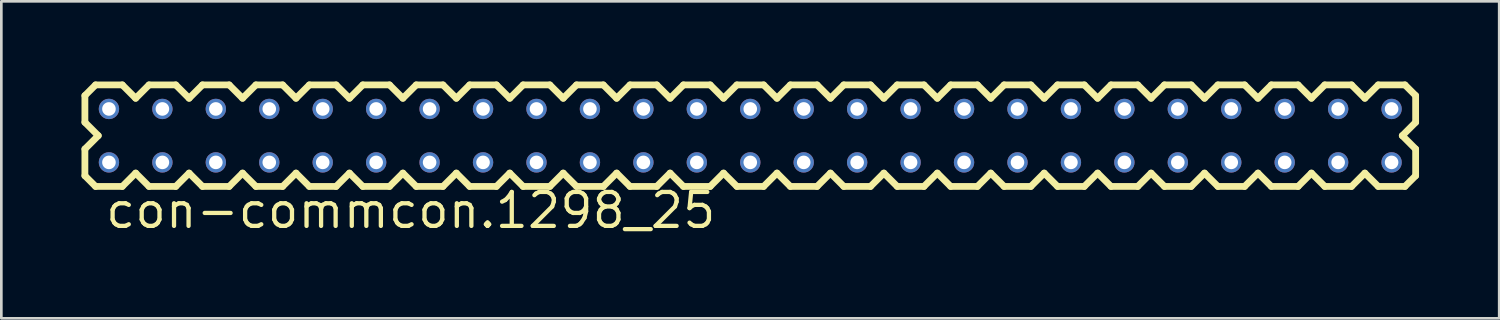
<source format=kicad_pcb>
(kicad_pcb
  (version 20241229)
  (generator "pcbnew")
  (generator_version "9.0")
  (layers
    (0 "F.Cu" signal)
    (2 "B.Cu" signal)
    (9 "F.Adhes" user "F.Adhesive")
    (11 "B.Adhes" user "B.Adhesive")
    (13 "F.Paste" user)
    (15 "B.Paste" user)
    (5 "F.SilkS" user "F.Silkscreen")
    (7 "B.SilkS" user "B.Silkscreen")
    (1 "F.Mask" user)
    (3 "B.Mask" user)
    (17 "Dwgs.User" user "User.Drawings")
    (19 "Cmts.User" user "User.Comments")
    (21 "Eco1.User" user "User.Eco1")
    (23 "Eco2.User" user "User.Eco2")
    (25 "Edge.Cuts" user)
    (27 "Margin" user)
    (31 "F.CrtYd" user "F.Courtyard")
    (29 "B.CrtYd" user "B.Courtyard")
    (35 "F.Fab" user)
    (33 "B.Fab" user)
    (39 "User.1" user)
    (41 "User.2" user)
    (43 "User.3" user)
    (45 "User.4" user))
  (footprint "con-commcon.1298_25"
    (layer "F.Cu")
    (at 25.027 2.027)
    (property "Reference" "con-commcon.1298_25" (at -24.21 3.54 0) (layer "F.SilkS") (effects (font (size 1.27 1.27) (thickness 0.16)) (justify left bottom)))
    (attr through_hole)
    (fp_line (start -24.9 -1.5) (end -24.9 -0.5) (stroke (width 0.254) (type default)) (layer "F.SilkS"))
    (fp_line (start -24.9 -0.5) (end -24.4 0) (stroke (width 0.254) (type default)) (layer "F.SilkS"))
    (fp_line (start -24.9 0.5) (end -24.9 1.5) (stroke (width 0.254) (type default)) (layer "F.SilkS"))
    (fp_line (start -24.9 1.5) (end -24.5 1.9) (stroke (width 0.254) (type default)) (layer "F.SilkS"))
    (fp_line (start -24.5 -1.9) (end -24.9 -1.5) (stroke (width 0.254) (type default)) (layer "F.SilkS"))
    (fp_line (start -24.5 1.9) (end -23.5 1.9) (stroke (width 0.254) (type default)) (layer "F.SilkS"))
    (fp_line (start -24.4 0) (end -24.9 0.5) (stroke (width 0.254) (type default)) (layer "F.SilkS"))
    (fp_line (start -23.5 -1.9) (end -24.5 -1.9) (stroke (width 0.254) (type default)) (layer "F.SilkS"))
    (fp_line (start -23.5 1.9) (end -23 1.4) (stroke (width 0.254) (type default)) (layer "F.SilkS"))
    (fp_line (start -23 -1.4) (end -23.5 -1.9) (stroke (width 0.254) (type default)) (layer "F.SilkS"))
    (fp_line (start -23 1.4) (end -22.5 1.9) (stroke (width 0.254) (type default)) (layer "F.SilkS"))
    (fp_line (start -22.5 -1.9) (end -23 -1.4) (stroke (width 0.254) (type default)) (layer "F.SilkS"))
    (fp_line (start -22.5 1.9) (end -21.5 1.9) (stroke (width 0.254) (type default)) (layer "F.SilkS"))
    (fp_line (start -21.5 -1.9) (end -22.5 -1.9) (stroke (width 0.254) (type default)) (layer "F.SilkS"))
    (fp_line (start -21.5 1.9) (end -21 1.4) (stroke (width 0.254) (type default)) (layer "F.SilkS"))
    (fp_line (start -21 -1.4) (end -21.5 -1.9) (stroke (width 0.254) (type default)) (layer "F.SilkS"))
    (fp_line (start -21 1.4) (end -20.5 1.9) (stroke (width 0.254) (type default)) (layer "F.SilkS"))
    (fp_line (start -20.5 -1.9) (end -21 -1.4) (stroke (width 0.254) (type default)) (layer "F.SilkS"))
    (fp_line (start -20.5 1.9) (end -19.5 1.9) (stroke (width 0.254) (type default)) (layer "F.SilkS"))
    (fp_line (start -19.5 -1.9) (end -20.5 -1.9) (stroke (width 0.254) (type default)) (layer "F.SilkS"))
    (fp_line (start -19.5 1.9) (end -19 1.4) (stroke (width 0.254) (type default)) (layer "F.SilkS"))
    (fp_line (start -19 -1.4) (end -19.5 -1.9) (stroke (width 0.254) (type default)) (layer "F.SilkS"))
    (fp_line (start -19 1.4) (end -18.5 1.9) (stroke (width 0.254) (type default)) (layer "F.SilkS"))
    (fp_line (start -18.5 -1.9) (end -19 -1.4) (stroke (width 0.254) (type default)) (layer "F.SilkS"))
    (fp_line (start -18.5 1.9) (end -17.5 1.9) (stroke (width 0.254) (type default)) (layer "F.SilkS"))
    (fp_line (start -17.5 -1.9) (end -18.5 -1.9) (stroke (width 0.254) (type default)) (layer "F.SilkS"))
    (fp_line (start -17.5 1.9) (end -17 1.4) (stroke (width 0.254) (type default)) (layer "F.SilkS"))
    (fp_line (start -17 -1.4) (end -17.5 -1.9) (stroke (width 0.254) (type default)) (layer "F.SilkS"))
    (fp_line (start -17 1.4) (end -16.5 1.9) (stroke (width 0.254) (type default)) (layer "F.SilkS"))
    (fp_line (start -16.5 -1.9) (end -17 -1.4) (stroke (width 0.254) (type default)) (layer "F.SilkS"))
    (fp_line (start -16.5 1.9) (end -15.5 1.9) (stroke (width 0.254) (type default)) (layer "F.SilkS"))
    (fp_line (start -15.5 -1.9) (end -16.5 -1.9) (stroke (width 0.254) (type default)) (layer "F.SilkS"))
    (fp_line (start -15.5 1.9) (end -15 1.4) (stroke (width 0.254) (type default)) (layer "F.SilkS"))
    (fp_line (start -15 -1.4) (end -15.5 -1.9) (stroke (width 0.254) (type default)) (layer "F.SilkS"))
    (fp_line (start -15 1.4) (end -14.5 1.9) (stroke (width 0.254) (type default)) (layer "F.SilkS"))
    (fp_line (start -14.5 -1.9) (end -15 -1.4) (stroke (width 0.254) (type default)) (layer "F.SilkS"))
    (fp_line (start -14.5 1.9) (end -13.5 1.9) (stroke (width 0.254) (type default)) (layer "F.SilkS"))
    (fp_line (start -13.5 -1.9) (end -14.5 -1.9) (stroke (width 0.254) (type default)) (layer "F.SilkS"))
    (fp_line (start -13.5 1.9) (end -13 1.4) (stroke (width 0.254) (type default)) (layer "F.SilkS"))
    (fp_line (start -13 -1.4) (end -13.5 -1.9) (stroke (width 0.254) (type default)) (layer "F.SilkS"))
    (fp_line (start -13 1.4) (end -12.5 1.9) (stroke (width 0.254) (type default)) (layer "F.SilkS"))
    (fp_line (start -12.5 -1.9) (end -13 -1.4) (stroke (width 0.254) (type default)) (layer "F.SilkS"))
    (fp_line (start -12.5 1.9) (end -11.5 1.9) (stroke (width 0.254) (type default)) (layer "F.SilkS"))
    (fp_line (start -11.5 -1.9) (end -12.5 -1.9) (stroke (width 0.254) (type default)) (layer "F.SilkS"))
    (fp_line (start -11.5 1.9) (end -11 1.4) (stroke (width 0.254) (type default)) (layer "F.SilkS"))
    (fp_line (start -11 -1.4) (end -11.5 -1.9) (stroke (width 0.254) (type default)) (layer "F.SilkS"))
    (fp_line (start -11 1.4) (end -10.5 1.9) (stroke (width 0.254) (type default)) (layer "F.SilkS"))
    (fp_line (start -10.5 -1.9) (end -11 -1.4) (stroke (width 0.254) (type default)) (layer "F.SilkS"))
    (fp_line (start -10.5 1.9) (end -9.5 1.9) (stroke (width 0.254) (type default)) (layer "F.SilkS"))
    (fp_line (start -9.5 -1.9) (end -10.5 -1.9) (stroke (width 0.254) (type default)) (layer "F.SilkS"))
    (fp_line (start -9.5 1.9) (end -9 1.4) (stroke (width 0.254) (type default)) (layer "F.SilkS"))
    (fp_line (start -9 -1.4) (end -9.5 -1.9) (stroke (width 0.254) (type default)) (layer "F.SilkS"))
    (fp_line (start -9 1.4) (end -8.5 1.9) (stroke (width 0.254) (type default)) (layer "F.SilkS"))
    (fp_line (start -8.5 -1.9) (end -9 -1.4) (stroke (width 0.254) (type default)) (layer "F.SilkS"))
    (fp_line (start -8.5 1.9) (end -7.5 1.9) (stroke (width 0.254) (type default)) (layer "F.SilkS"))
    (fp_line (start -7.5 -1.9) (end -8.5 -1.9) (stroke (width 0.254) (type default)) (layer "F.SilkS"))
    (fp_line (start -7.5 1.9) (end -7 1.4) (stroke (width 0.254) (type default)) (layer "F.SilkS"))
    (fp_line (start -7 -1.4) (end -7.5 -1.9) (stroke (width 0.254) (type default)) (layer "F.SilkS"))
    (fp_line (start -7 1.4) (end -6.5 1.9) (stroke (width 0.254) (type default)) (layer "F.SilkS"))
    (fp_line (start -6.5 -1.9) (end -7 -1.4) (stroke (width 0.254) (type default)) (layer "F.SilkS"))
    (fp_line (start -6.5 1.9) (end -5.5 1.9) (stroke (width 0.254) (type default)) (layer "F.SilkS"))
    (fp_line (start -5.5 -1.9) (end -6.5 -1.9) (stroke (width 0.254) (type default)) (layer "F.SilkS"))
    (fp_line (start -5.5 1.9) (end -5 1.4) (stroke (width 0.254) (type default)) (layer "F.SilkS"))
    (fp_line (start -5 -1.4) (end -5.5 -1.9) (stroke (width 0.254) (type default)) (layer "F.SilkS"))
    (fp_line (start -5 1.4) (end -4.5 1.9) (stroke (width 0.254) (type default)) (layer "F.SilkS"))
    (fp_line (start -4.5 -1.9) (end -5 -1.4) (stroke (width 0.254) (type default)) (layer "F.SilkS"))
    (fp_line (start -4.5 1.9) (end -3.5 1.9) (stroke (width 0.254) (type default)) (layer "F.SilkS"))
    (fp_line (start -3.5 -1.9) (end -4.5 -1.9) (stroke (width 0.254) (type default)) (layer "F.SilkS"))
    (fp_line (start -3.5 1.9) (end -3 1.4) (stroke (width 0.254) (type default)) (layer "F.SilkS"))
    (fp_line (start -3 -1.4) (end -3.5 -1.9) (stroke (width 0.254) (type default)) (layer "F.SilkS"))
    (fp_line (start -3 1.4) (end -2.5 1.9) (stroke (width 0.254) (type default)) (layer "F.SilkS"))
    (fp_line (start -2.5 -1.9) (end -3 -1.4) (stroke (width 0.254) (type default)) (layer "F.SilkS"))
    (fp_line (start -2.5 1.9) (end -1.5 1.9) (stroke (width 0.254) (type default)) (layer "F.SilkS"))
    (fp_line (start -1.5 -1.9) (end -2.5 -1.9) (stroke (width 0.254) (type default)) (layer "F.SilkS"))
    (fp_line (start -1.5 1.9) (end -1 1.4) (stroke (width 0.254) (type default)) (layer "F.SilkS"))
    (fp_line (start -1 -1.4) (end -1.5 -1.9) (stroke (width 0.254) (type default)) (layer "F.SilkS"))
    (fp_line (start -1 1.4) (end -0.5 1.9) (stroke (width 0.254) (type default)) (layer "F.SilkS"))
    (fp_line (start -0.5 -1.9) (end -1 -1.4) (stroke (width 0.254) (type default)) (layer "F.SilkS"))
    (fp_line (start -0.5 1.9) (end 0.5 1.9) (stroke (width 0.254) (type default)) (layer "F.SilkS"))
    (fp_line (start 0.5 -1.9) (end -0.5 -1.9) (stroke (width 0.254) (type default)) (layer "F.SilkS"))
    (fp_line (start 0.5 1.9) (end 1 1.4) (stroke (width 0.254) (type default)) (layer "F.SilkS"))
    (fp_line (start 1 -1.4) (end 0.5 -1.9) (stroke (width 0.254) (type default)) (layer "F.SilkS"))
    (fp_line (start 1 1.4) (end 1.5 1.9) (stroke (width 0.254) (type default)) (layer "F.SilkS"))
    (fp_line (start 1.5 -1.9) (end 1 -1.4) (stroke (width 0.254) (type default)) (layer "F.SilkS"))
    (fp_line (start 1.5 1.9) (end 2.5 1.9) (stroke (width 0.254) (type default)) (layer "F.SilkS"))
    (fp_line (start 2.5 -1.9) (end 1.5 -1.9) (stroke (width 0.254) (type default)) (layer "F.SilkS"))
    (fp_line (start 2.5 1.9) (end 3 1.4) (stroke (width 0.254) (type default)) (layer "F.SilkS"))
    (fp_line (start 3 -1.4) (end 2.5 -1.9) (stroke (width 0.254) (type default)) (layer "F.SilkS"))
    (fp_line (start 3 1.4) (end 3.5 1.9) (stroke (width 0.254) (type default)) (layer "F.SilkS"))
    (fp_line (start 3.5 -1.9) (end 3 -1.4) (stroke (width 0.254) (type default)) (layer "F.SilkS"))
    (fp_line (start 3.5 1.9) (end 4.5 1.9) (stroke (width 0.254) (type default)) (layer "F.SilkS"))
    (fp_line (start 4.5 -1.9) (end 3.5 -1.9) (stroke (width 0.254) (type default)) (layer "F.SilkS"))
    (fp_line (start 4.5 1.9) (end 5 1.4) (stroke (width 0.254) (type default)) (layer "F.SilkS"))
    (fp_line (start 5 -1.4) (end 4.5 -1.9) (stroke (width 0.254) (type default)) (layer "F.SilkS"))
    (fp_line (start 5 1.4) (end 5.5 1.9) (stroke (width 0.254) (type default)) (layer "F.SilkS"))
    (fp_line (start 5.5 -1.9) (end 5 -1.4) (stroke (width 0.254) (type default)) (layer "F.SilkS"))
    (fp_line (start 5.5 1.9) (end 6.5 1.9) (stroke (width 0.254) (type default)) (layer "F.SilkS"))
    (fp_line (start 6.5 -1.9) (end 5.5 -1.9) (stroke (width 0.254) (type default)) (layer "F.SilkS"))
    (fp_line (start 6.5 1.9) (end 7 1.4) (stroke (width 0.254) (type default)) (layer "F.SilkS"))
    (fp_line (start 7 -1.4) (end 6.5 -1.9) (stroke (width 0.254) (type default)) (layer "F.SilkS"))
    (fp_line (start 7 1.4) (end 7.5 1.9) (stroke (width 0.254) (type default)) (layer "F.SilkS"))
    (fp_line (start 7.5 -1.9) (end 7 -1.4) (stroke (width 0.254) (type default)) (layer "F.SilkS"))
    (fp_line (start 7.5 1.9) (end 8.5 1.9) (stroke (width 0.254) (type default)) (layer "F.SilkS"))
    (fp_line (start 8.5 -1.9) (end 7.5 -1.9) (stroke (width 0.254) (type default)) (layer "F.SilkS"))
    (fp_line (start 8.5 1.9) (end 9 1.4) (stroke (width 0.254) (type default)) (layer "F.SilkS"))
    (fp_line (start 9 -1.4) (end 8.5 -1.9) (stroke (width 0.254) (type default)) (layer "F.SilkS"))
    (fp_line (start 9 1.4) (end 9.5 1.9) (stroke (width 0.254) (type default)) (layer "F.SilkS"))
    (fp_line (start 9.5 -1.9) (end 9 -1.4) (stroke (width 0.254) (type default)) (layer "F.SilkS"))
    (fp_line (start 9.5 1.9) (end 10.5 1.9) (stroke (width 0.254) (type default)) (layer "F.SilkS"))
    (fp_line (start 10.5 -1.9) (end 9.5 -1.9) (stroke (width 0.254) (type default)) (layer "F.SilkS"))
    (fp_line (start 10.5 1.9) (end 11 1.4) (stroke (width 0.254) (type default)) (layer "F.SilkS"))
    (fp_line (start 11 -1.4) (end 10.5 -1.9) (stroke (width 0.254) (type default)) (layer "F.SilkS"))
    (fp_line (start 11 1.4) (end 11.5 1.9) (stroke (width 0.254) (type default)) (layer "F.SilkS"))
    (fp_line (start 11.5 -1.9) (end 11 -1.4) (stroke (width 0.254) (type default)) (layer "F.SilkS"))
    (fp_line (start 11.5 1.9) (end 12.5 1.9) (stroke (width 0.254) (type default)) (layer "F.SilkS"))
    (fp_line (start 12.5 -1.9) (end 11.5 -1.9) (stroke (width 0.254) (type default)) (layer "F.SilkS"))
    (fp_line (start 12.5 1.9) (end 13 1.4) (stroke (width 0.254) (type default)) (layer "F.SilkS"))
    (fp_line (start 13 -1.4) (end 12.5 -1.9) (stroke (width 0.254) (type default)) (layer "F.SilkS"))
    (fp_line (start 13 1.4) (end 13.5 1.9) (stroke (width 0.254) (type default)) (layer "F.SilkS"))
    (fp_line (start 13.5 -1.9) (end 13 -1.4) (stroke (width 0.254) (type default)) (layer "F.SilkS"))
    (fp_line (start 13.5 1.9) (end 14.5 1.9) (stroke (width 0.254) (type default)) (layer "F.SilkS"))
    (fp_line (start 14.5 -1.9) (end 13.5 -1.9) (stroke (width 0.254) (type default)) (layer "F.SilkS"))
    (fp_line (start 14.5 1.9) (end 15 1.4) (stroke (width 0.254) (type default)) (layer "F.SilkS"))
    (fp_line (start 15 -1.4) (end 14.5 -1.9) (stroke (width 0.254) (type default)) (layer "F.SilkS"))
    (fp_line (start 15 1.4) (end 15.5 1.9) (stroke (width 0.254) (type default)) (layer "F.SilkS"))
    (fp_line (start 15.5 -1.9) (end 15 -1.4) (stroke (width 0.254) (type default)) (layer "F.SilkS"))
    (fp_line (start 15.5 1.9) (end 16.5 1.9) (stroke (width 0.254) (type default)) (layer "F.SilkS"))
    (fp_line (start 16.5 -1.9) (end 15.5 -1.9) (stroke (width 0.254) (type default)) (layer "F.SilkS"))
    (fp_line (start 16.5 1.9) (end 17 1.4) (stroke (width 0.254) (type default)) (layer "F.SilkS"))
    (fp_line (start 17 -1.4) (end 16.5 -1.9) (stroke (width 0.254) (type default)) (layer "F.SilkS"))
    (fp_line (start 17 1.4) (end 17.5 1.9) (stroke (width 0.254) (type default)) (layer "F.SilkS"))
    (fp_line (start 17.5 -1.9) (end 17 -1.4) (stroke (width 0.254) (type default)) (layer "F.SilkS"))
    (fp_line (start 17.5 1.9) (end 18.5 1.9) (stroke (width 0.254) (type default)) (layer "F.SilkS"))
    (fp_line (start 18.5 -1.9) (end 17.5 -1.9) (stroke (width 0.254) (type default)) (layer "F.SilkS"))
    (fp_line (start 18.5 1.9) (end 19 1.4) (stroke (width 0.254) (type default)) (layer "F.SilkS"))
    (fp_line (start 19 -1.4) (end 18.5 -1.9) (stroke (width 0.254) (type default)) (layer "F.SilkS"))
    (fp_line (start 19 1.4) (end 19.5 1.9) (stroke (width 0.254) (type default)) (layer "F.SilkS"))
    (fp_line (start 19.5 -1.9) (end 19 -1.4) (stroke (width 0.254) (type default)) (layer "F.SilkS"))
    (fp_line (start 19.5 1.9) (end 20.5 1.9) (stroke (width 0.254) (type default)) (layer "F.SilkS"))
    (fp_line (start 20.5 -1.9) (end 19.5 -1.9) (stroke (width 0.254) (type default)) (layer "F.SilkS"))
    (fp_line (start 20.5 1.9) (end 21 1.4) (stroke (width 0.254) (type default)) (layer "F.SilkS"))
    (fp_line (start 21 -1.4) (end 20.5 -1.9) (stroke (width 0.254) (type default)) (layer "F.SilkS"))
    (fp_line (start 21 1.4) (end 21.5 1.9) (stroke (width 0.254) (type default)) (layer "F.SilkS"))
    (fp_line (start 21.5 -1.9) (end 21 -1.4) (stroke (width 0.254) (type default)) (layer "F.SilkS"))
    (fp_line (start 21.5 1.9) (end 22.5 1.9) (stroke (width 0.254) (type default)) (layer "F.SilkS"))
    (fp_line (start 22.5 -1.9) (end 21.5 -1.9) (stroke (width 0.254) (type default)) (layer "F.SilkS"))
    (fp_line (start 22.5 1.9) (end 23 1.4) (stroke (width 0.254) (type default)) (layer "F.SilkS"))
    (fp_line (start 23 -1.4) (end 22.5 -1.9) (stroke (width 0.254) (type default)) (layer "F.SilkS"))
    (fp_line (start 23 1.4) (end 23.5 1.9) (stroke (width 0.254) (type default)) (layer "F.SilkS"))
    (fp_line (start 23.5 -1.9) (end 23 -1.4) (stroke (width 0.254) (type default)) (layer "F.SilkS"))
    (fp_line (start 23.5 1.9) (end 24.5 1.9) (stroke (width 0.254) (type default)) (layer "F.SilkS"))
    (fp_line (start 24.4 0) (end 24.9 -0.5) (stroke (width 0.254) (type default)) (layer "F.SilkS"))
    (fp_line (start 24.5 -1.9) (end 23.5 -1.9) (stroke (width 0.254) (type default)) (layer "F.SilkS"))
    (fp_line (start 24.5 1.9) (end 24.9 1.5) (stroke (width 0.254) (type default)) (layer "F.SilkS"))
    (fp_line (start 24.9 -1.5) (end 24.5 -1.9) (stroke (width 0.254) (type default)) (layer "F.SilkS"))
    (fp_line (start 24.9 -0.5) (end 24.9 -1.5) (stroke (width 0.254) (type default)) (layer "F.SilkS"))
    (fp_line (start 24.9 0.5) (end 24.4 0) (stroke (width 0.254) (type default)) (layer "F.SilkS"))
    (fp_line (start 24.9 1.5) (end 24.9 0.5) (stroke (width 0.254) (type default)) (layer "F.SilkS"))
    (pad "A1" thru_hole circle (at -24 1) (size 0.762 0.762) (drill 0.508) (layers "*.Cu" "*.Mask"))
    (pad "A2" thru_hole circle (at -22 1) (size 0.762 0.762) (drill 0.508) (layers "*.Cu" "*.Mask"))
    (pad "A3" thru_hole circle (at -20 1) (size 0.762 0.762) (drill 0.508) (layers "*.Cu" "*.Mask"))
    (pad "A4" thru_hole circle (at -18 1) (size 0.762 0.762) (drill 0.508) (layers "*.Cu" "*.Mask"))
    (pad "A5" thru_hole circle (at -16 1) (size 0.762 0.762) (drill 0.508) (layers "*.Cu" "*.Mask"))
    (pad "A6" thru_hole circle (at -14 1) (size 0.762 0.762) (drill 0.508) (layers "*.Cu" "*.Mask"))
    (pad "A7" thru_hole circle (at -12 1) (size 0.762 0.762) (drill 0.508) (layers "*.Cu" "*.Mask"))
    (pad "A8" thru_hole circle (at -10 1) (size 0.762 0.762) (drill 0.508) (layers "*.Cu" "*.Mask"))
    (pad "A9" thru_hole circle (at -8 1) (size 0.762 0.762) (drill 0.508) (layers "*.Cu" "*.Mask"))
    (pad "A10" thru_hole circle (at -6 1) (size 0.762 0.762) (drill 0.508) (layers "*.Cu" "*.Mask"))
    (pad "A11" thru_hole circle (at -4 1) (size 0.762 0.762) (drill 0.508) (layers "*.Cu" "*.Mask"))
    (pad "A12" thru_hole circle (at -2 1) (size 0.762 0.762) (drill 0.508) (layers "*.Cu" "*.Mask"))
    (pad "A13" thru_hole circle (at 0 1) (size 0.762 0.762) (drill 0.508) (layers "*.Cu" "*.Mask"))
    (pad "A14" thru_hole circle (at 2 1) (size 0.762 0.762) (drill 0.508) (layers "*.Cu" "*.Mask"))
    (pad "A15" thru_hole circle (at 4 1) (size 0.762 0.762) (drill 0.508) (layers "*.Cu" "*.Mask"))
    (pad "A16" thru_hole circle (at 6 1) (size 0.762 0.762) (drill 0.508) (layers "*.Cu" "*.Mask"))
    (pad "A17" thru_hole circle (at 8 1) (size 0.762 0.762) (drill 0.508) (layers "*.Cu" "*.Mask"))
    (pad "A18" thru_hole circle (at 10 1) (size 0.762 0.762) (drill 0.508) (layers "*.Cu" "*.Mask"))
    (pad "A19" thru_hole circle (at 12 1) (size 0.762 0.762) (drill 0.508) (layers "*.Cu" "*.Mask"))
    (pad "A20" thru_hole circle (at 14 1) (size 0.762 0.762) (drill 0.508) (layers "*.Cu" "*.Mask"))
    (pad "A21" thru_hole circle (at 16 1) (size 0.762 0.762) (drill 0.508) (layers "*.Cu" "*.Mask"))
    (pad "A22" thru_hole circle (at 18 1) (size 0.762 0.762) (drill 0.508) (layers "*.Cu" "*.Mask"))
    (pad "A23" thru_hole circle (at 20 1) (size 0.762 0.762) (drill 0.508) (layers "*.Cu" "*.Mask"))
    (pad "A24" thru_hole circle (at 22 1) (size 0.762 0.762) (drill 0.508) (layers "*.Cu" "*.Mask"))
    (pad "A25" thru_hole circle (at 24 1) (size 0.762 0.762) (drill 0.508) (layers "*.Cu" "*.Mask"))
    (pad "B1" thru_hole circle (at -24 -1) (size 0.762 0.762) (drill 0.508) (layers "*.Cu" "*.Mask"))
    (pad "B2" thru_hole circle (at -22 -1) (size 0.762 0.762) (drill 0.508) (layers "*.Cu" "*.Mask"))
    (pad "B3" thru_hole circle (at -20 -1) (size 0.762 0.762) (drill 0.508) (layers "*.Cu" "*.Mask"))
    (pad "B4" thru_hole circle (at -18 -1) (size 0.762 0.762) (drill 0.508) (layers "*.Cu" "*.Mask"))
    (pad "B5" thru_hole circle (at -16 -1) (size 0.762 0.762) (drill 0.508) (layers "*.Cu" "*.Mask"))
    (pad "B6" thru_hole circle (at -14 -1) (size 0.762 0.762) (drill 0.508) (layers "*.Cu" "*.Mask"))
    (pad "B7" thru_hole circle (at -12 -1) (size 0.762 0.762) (drill 0.508) (layers "*.Cu" "*.Mask"))
    (pad "B8" thru_hole circle (at -10 -1) (size 0.762 0.762) (drill 0.508) (layers "*.Cu" "*.Mask"))
    (pad "B9" thru_hole circle (at -8 -1) (size 0.762 0.762) (drill 0.508) (layers "*.Cu" "*.Mask"))
    (pad "B10" thru_hole circle (at -6 -1) (size 0.762 0.762) (drill 0.508) (layers "*.Cu" "*.Mask"))
    (pad "B11" thru_hole circle (at -4 -1) (size 0.762 0.762) (drill 0.508) (layers "*.Cu" "*.Mask"))
    (pad "B12" thru_hole circle (at -2 -1) (size 0.762 0.762) (drill 0.508) (layers "*.Cu" "*.Mask"))
    (pad "B13" thru_hole circle (at 0 -1) (size 0.762 0.762) (drill 0.508) (layers "*.Cu" "*.Mask"))
    (pad "B14" thru_hole circle (at 2 -1) (size 0.762 0.762) (drill 0.508) (layers "*.Cu" "*.Mask"))
    (pad "B15" thru_hole circle (at 4 -1) (size 0.762 0.762) (drill 0.508) (layers "*.Cu" "*.Mask"))
    (pad "B16" thru_hole circle (at 6 -1) (size 0.762 0.762) (drill 0.508) (layers "*.Cu" "*.Mask"))
    (pad "B17" thru_hole circle (at 8 -1) (size 0.762 0.762) (drill 0.508) (layers "*.Cu" "*.Mask"))
    (pad "B18" thru_hole circle (at 10 -1) (size 0.762 0.762) (drill 0.508) (layers "*.Cu" "*.Mask"))
    (pad "B19" thru_hole circle (at 12 -1) (size 0.762 0.762) (drill 0.508) (layers "*.Cu" "*.Mask"))
    (pad "B20" thru_hole circle (at 14 -1) (size 0.762 0.762) (drill 0.508) (layers "*.Cu" "*.Mask"))
    (pad "B21" thru_hole circle (at 16 -1) (size 0.762 0.762) (drill 0.508) (layers "*.Cu" "*.Mask"))
    (pad "B22" thru_hole circle (at 18 -1) (size 0.762 0.762) (drill 0.508) (layers "*.Cu" "*.Mask"))
    (pad "B23" thru_hole circle (at 20 -1) (size 0.762 0.762) (drill 0.508) (layers "*.Cu" "*.Mask"))
    (pad "B24" thru_hole circle (at 22 -1) (size 0.762 0.762) (drill 0.508) (layers "*.Cu" "*.Mask"))
    (pad "B25" thru_hole circle (at 24 -1) (size 0.762 0.762) (drill 0.508) (layers "*.Cu" "*.Mask")))
  (gr_rect
    (start -3 -3)
    (end 53.054 8.864)
    (stroke (width 0.1) (type default))
    (fill no)
    (layer "Edge.Cuts")))
</source>
